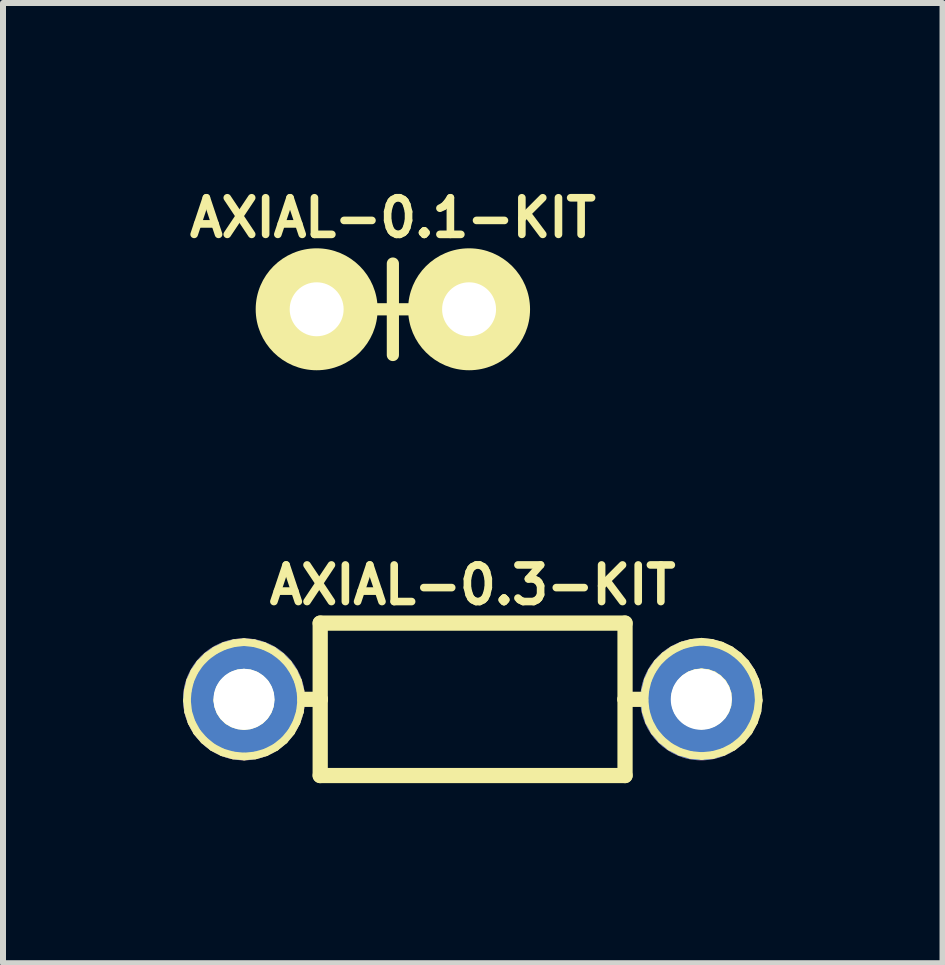
<source format=kicad_pcb>
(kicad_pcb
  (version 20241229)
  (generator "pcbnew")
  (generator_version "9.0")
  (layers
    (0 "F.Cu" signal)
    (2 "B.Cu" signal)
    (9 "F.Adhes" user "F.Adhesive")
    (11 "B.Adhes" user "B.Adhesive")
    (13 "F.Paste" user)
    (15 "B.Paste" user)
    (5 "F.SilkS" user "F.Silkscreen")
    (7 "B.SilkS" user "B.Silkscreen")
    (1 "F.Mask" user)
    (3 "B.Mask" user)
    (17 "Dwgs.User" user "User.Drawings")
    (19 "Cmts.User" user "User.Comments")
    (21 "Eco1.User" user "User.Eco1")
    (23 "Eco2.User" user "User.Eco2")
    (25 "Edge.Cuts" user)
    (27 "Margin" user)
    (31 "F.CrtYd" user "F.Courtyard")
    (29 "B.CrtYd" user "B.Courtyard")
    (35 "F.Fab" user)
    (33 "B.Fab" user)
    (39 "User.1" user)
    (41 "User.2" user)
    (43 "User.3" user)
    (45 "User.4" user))
  (footprint "AXIAL-0.3-KIT"
    (layer "F.Cu")
    (at 4.826 8.604)
    (property "Reference" "AXIAL-0.3-KIT" (at 0 -1.905 0) (layer "F.SilkS") (effects (font (size 0.61 0.61) (thickness 0.127))))
    (attr exclude_from_pos_files exclude_from_bom)
    (fp_line (start -4.76 0.02) (end -4.747 -0.142) (stroke (width 0.127) (type solid)) (layer "F.SilkS"))
    (fp_line (start -4.747 -0.142) (end -4.707 -0.307) (stroke (width 0.127) (type solid)) (layer "F.SilkS"))
    (fp_line (start -4.74 0.206) (end -4.76 0.02) (stroke (width 0.127) (type solid)) (layer "F.SilkS"))
    (fp_line (start -4.707 -0.307) (end -4.638 -0.46) (stroke (width 0.127) (type solid)) (layer "F.SilkS"))
    (fp_line (start -4.684 0.381) (end -4.74 0.206) (stroke (width 0.127) (type solid)) (layer "F.SilkS"))
    (fp_line (start -4.638 -0.46) (end -4.544 -0.599) (stroke (width 0.127) (type solid)) (layer "F.SilkS"))
    (fp_line (start -4.595 0.544) (end -4.684 0.381) (stroke (width 0.127) (type solid)) (layer "F.SilkS"))
    (fp_line (start -4.544 -0.599) (end -4.425 -0.719) (stroke (width 0.127) (type solid)) (layer "F.SilkS"))
    (fp_line (start -4.475 0.683) (end -4.595 0.544) (stroke (width 0.127) (type solid)) (layer "F.SilkS"))
    (fp_line (start -4.425 -0.719) (end -4.29 -0.815) (stroke (width 0.127) (type solid)) (layer "F.SilkS"))
    (fp_line (start -4.331 0.8) (end -4.475 0.683) (stroke (width 0.127) (type solid)) (layer "F.SilkS"))
    (fp_line (start -4.29 -0.815) (end -4.138 -0.889) (stroke (width 0.127) (type solid)) (layer "F.SilkS"))
    (fp_line (start -4.255 0.018) (end -4.244 -0.081) (stroke (width 0.127) (type solid)) (layer "F.SilkS"))
    (fp_line (start -4.244 -0.081) (end -4.214 -0.178) (stroke (width 0.127) (type solid)) (layer "F.SilkS"))
    (fp_line (start -4.239 0.114) (end -4.255 0.018) (stroke (width 0.127) (type solid)) (layer "F.SilkS"))
    (fp_line (start -4.214 -0.178) (end -4.161 -0.264) (stroke (width 0.127) (type solid)) (layer "F.SilkS"))
    (fp_line (start -4.206 0.206) (end -4.239 0.114) (stroke (width 0.127) (type solid)) (layer "F.SilkS"))
    (fp_line (start -4.168 0.884) (end -4.331 0.8) (stroke (width 0.127) (type solid)) (layer "F.SilkS"))
    (fp_line (start -4.161 -0.264) (end -4.089 -0.34) (stroke (width 0.127) (type solid)) (layer "F.SilkS"))
    (fp_line (start -4.153 0.287) (end -4.206 0.206) (stroke (width 0.127) (type solid)) (layer "F.SilkS"))
    (fp_line (start -4.138 -0.889) (end -3.975 -0.935) (stroke (width 0.127) (type solid)) (layer "F.SilkS"))
    (fp_line (start -4.089 -0.34) (end -4.006 -0.396) (stroke (width 0.127) (type solid)) (layer "F.SilkS"))
    (fp_line (start -4.082 0.356) (end -4.153 0.287) (stroke (width 0.127) (type solid)) (layer "F.SilkS"))
    (fp_line (start -4.006 -0.396) (end -3.909 -0.432) (stroke (width 0.127) (type solid)) (layer "F.SilkS"))
    (fp_line (start -3.998 0.404) (end -4.082 0.356) (stroke (width 0.127) (type solid)) (layer "F.SilkS"))
    (fp_line (start -3.99 0.935) (end -4.168 0.884) (stroke (width 0.127) (type solid)) (layer "F.SilkS"))
    (fp_line (start -3.975 -0.935) (end -3.81 -0.953) (stroke (width 0.127) (type solid)) (layer "F.SilkS"))
    (fp_line (start -3.909 -0.432) (end -3.81 -0.445) (stroke (width 0.127) (type solid)) (layer "F.SilkS"))
    (fp_line (start -3.907 0.434) (end -3.998 0.404) (stroke (width 0.127) (type solid)) (layer "F.SilkS"))
    (fp_line (start -3.81 -0.953) (end -3.642 -0.935) (stroke (width 0.127) (type solid)) (layer "F.SilkS"))
    (fp_line (start -3.81 -0.445) (end -3.708 -0.432) (stroke (width 0.127) (type solid)) (layer "F.SilkS"))
    (fp_line (start -3.81 0.445) (end -3.907 0.434) (stroke (width 0.127) (type solid)) (layer "F.SilkS"))
    (fp_line (start -3.807 0.953) (end -3.99 0.935) (stroke (width 0.127) (type solid)) (layer "F.SilkS"))
    (fp_line (start -3.711 0.434) (end -3.81 0.445) (stroke (width 0.127) (type solid)) (layer "F.SilkS"))
    (fp_line (start -3.708 -0.432) (end -3.614 -0.399) (stroke (width 0.127) (type solid)) (layer "F.SilkS"))
    (fp_line (start -3.642 -0.935) (end -3.48 -0.889) (stroke (width 0.127) (type solid)) (layer "F.SilkS"))
    (fp_line (start -3.622 0.935) (end -3.807 0.953) (stroke (width 0.127) (type solid)) (layer "F.SilkS"))
    (fp_line (start -3.619 0.401) (end -3.711 0.434) (stroke (width 0.127) (type solid)) (layer "F.SilkS"))
    (fp_line (start -3.614 -0.399) (end -3.531 -0.343) (stroke (width 0.127) (type solid)) (layer "F.SilkS"))
    (fp_line (start -3.536 0.351) (end -3.619 0.401) (stroke (width 0.127) (type solid)) (layer "F.SilkS"))
    (fp_line (start -3.531 -0.343) (end -3.459 -0.272) (stroke (width 0.127) (type solid)) (layer "F.SilkS"))
    (fp_line (start -3.48 -0.889) (end -3.327 -0.815) (stroke (width 0.127) (type solid)) (layer "F.SilkS"))
    (fp_line (start -3.465 0.282) (end -3.536 0.351) (stroke (width 0.127) (type solid)) (layer "F.SilkS"))
    (fp_line (start -3.459 -0.272) (end -3.409 -0.185) (stroke (width 0.127) (type solid)) (layer "F.SilkS"))
    (fp_line (start -3.447 0.884) (end -3.622 0.935) (stroke (width 0.127) (type solid)) (layer "F.SilkS"))
    (fp_line (start -3.411 0.198) (end -3.465 0.282) (stroke (width 0.127) (type solid)) (layer "F.SilkS"))
    (fp_line (start -3.409 -0.185) (end -3.376 -0.089) (stroke (width 0.127) (type solid)) (layer "F.SilkS"))
    (fp_line (start -3.378 0.107) (end -3.411 0.198) (stroke (width 0.127) (type solid)) (layer "F.SilkS"))
    (fp_line (start -3.376 -0.089) (end -3.368 0.008) (stroke (width 0.127) (type solid)) (layer "F.SilkS"))
    (fp_line (start -3.368 0.008) (end -3.378 0.107) (stroke (width 0.127) (type solid)) (layer "F.SilkS"))
    (fp_line (start -3.327 -0.815) (end -3.193 -0.716) (stroke (width 0.127) (type solid)) (layer "F.SilkS"))
    (fp_line (start -3.284 0.8) (end -3.447 0.884) (stroke (width 0.127) (type solid)) (layer "F.SilkS"))
    (fp_line (start -3.193 -0.716) (end -3.076 -0.597) (stroke (width 0.127) (type solid)) (layer "F.SilkS"))
    (fp_line (start -3.139 0.683) (end -3.284 0.8) (stroke (width 0.127) (type solid)) (layer "F.SilkS"))
    (fp_line (start -3.076 -0.597) (end -2.982 -0.457) (stroke (width 0.127) (type solid)) (layer "F.SilkS"))
    (fp_line (start -3.023 0.544) (end -3.139 0.683) (stroke (width 0.127) (type solid)) (layer "F.SilkS"))
    (fp_line (start -2.982 -0.457) (end -2.911 -0.305) (stroke (width 0.127) (type solid)) (layer "F.SilkS"))
    (fp_line (start -2.934 0.381) (end -3.023 0.544) (stroke (width 0.127) (type solid)) (layer "F.SilkS"))
    (fp_line (start -2.911 -0.305) (end -2.87 -0.14) (stroke (width 0.127) (type solid)) (layer "F.SilkS"))
    (fp_line (start -2.878 0.206) (end -2.934 0.381) (stroke (width 0.127) (type solid)) (layer "F.SilkS"))
    (fp_line (start -2.87 -0.14) (end -2.857 0.025) (stroke (width 0.127) (type solid)) (layer "F.SilkS"))
    (fp_line (start -2.857 0.025) (end -2.878 0.206) (stroke (width 0.127) (type solid)) (layer "F.SilkS"))
    (fp_line (start -2.54 -1.27) (end 2.54 -1.27) (stroke (width 0.254) (type solid)) (layer "F.SilkS"))
    (fp_line (start -2.54 0) (end -2.794 0) (stroke (width 0.254) (type solid)) (layer "F.SilkS"))
    (fp_line (start -2.54 0) (end -2.54 -1.27) (stroke (width 0.254) (type solid)) (layer "F.SilkS"))
    (fp_line (start -2.54 1.27) (end -2.54 0) (stroke (width 0.254) (type solid)) (layer "F.SilkS"))
    (fp_line (start 2.54 -1.27) (end 2.54 0) (stroke (width 0.254) (type solid)) (layer "F.SilkS"))
    (fp_line (start 2.54 0) (end 2.54 1.27) (stroke (width 0.254) (type solid)) (layer "F.SilkS"))
    (fp_line (start 2.54 0) (end 2.794 0) (stroke (width 0.254) (type solid)) (layer "F.SilkS"))
    (fp_line (start 2.54 1.27) (end -2.54 1.27) (stroke (width 0.254) (type solid)) (layer "F.SilkS"))
    (fp_line (start 2.865 0.013) (end 2.878 -0.15) (stroke (width 0.127) (type solid)) (layer "F.SilkS"))
    (fp_line (start 2.878 -0.15) (end 2.918 -0.315) (stroke (width 0.127) (type solid)) (layer "F.SilkS"))
    (fp_line (start 2.885 0.198) (end 2.865 0.013) (stroke (width 0.127) (type solid)) (layer "F.SilkS"))
    (fp_line (start 2.918 -0.315) (end 2.987 -0.467) (stroke (width 0.127) (type solid)) (layer "F.SilkS"))
    (fp_line (start 2.941 0.373) (end 2.885 0.198) (stroke (width 0.127) (type solid)) (layer "F.SilkS"))
    (fp_line (start 2.987 -0.467) (end 3.081 -0.607) (stroke (width 0.127) (type solid)) (layer "F.SilkS"))
    (fp_line (start 3.03 0.536) (end 2.941 0.373) (stroke (width 0.127) (type solid)) (layer "F.SilkS"))
    (fp_line (start 3.081 -0.607) (end 3.2 -0.726) (stroke (width 0.127) (type solid)) (layer "F.SilkS"))
    (fp_line (start 3.15 0.676) (end 3.03 0.536) (stroke (width 0.127) (type solid)) (layer "F.SilkS"))
    (fp_line (start 3.2 -0.726) (end 3.335 -0.823) (stroke (width 0.127) (type solid)) (layer "F.SilkS"))
    (fp_line (start 3.294 0.792) (end 3.15 0.676) (stroke (width 0.127) (type solid)) (layer "F.SilkS"))
    (fp_line (start 3.335 -0.823) (end 3.487 -0.897) (stroke (width 0.127) (type solid)) (layer "F.SilkS"))
    (fp_line (start 3.371 0.013) (end 3.381 -0.089) (stroke (width 0.127) (type solid)) (layer "F.SilkS"))
    (fp_line (start 3.381 -0.089) (end 3.411 -0.185) (stroke (width 0.127) (type solid)) (layer "F.SilkS"))
    (fp_line (start 3.386 0.107) (end 3.371 0.013) (stroke (width 0.127) (type solid)) (layer "F.SilkS"))
    (fp_line (start 3.411 -0.185) (end 3.465 -0.272) (stroke (width 0.127) (type solid)) (layer "F.SilkS"))
    (fp_line (start 3.419 0.198) (end 3.386 0.107) (stroke (width 0.127) (type solid)) (layer "F.SilkS"))
    (fp_line (start 3.457 0.876) (end 3.294 0.792) (stroke (width 0.127) (type solid)) (layer "F.SilkS"))
    (fp_line (start 3.465 -0.272) (end 3.536 -0.348) (stroke (width 0.127) (type solid)) (layer "F.SilkS"))
    (fp_line (start 3.472 0.279) (end 3.419 0.198) (stroke (width 0.127) (type solid)) (layer "F.SilkS"))
    (fp_line (start 3.487 -0.897) (end 3.65 -0.942) (stroke (width 0.127) (type solid)) (layer "F.SilkS"))
    (fp_line (start 3.536 -0.348) (end 3.619 -0.404) (stroke (width 0.127) (type solid)) (layer "F.SilkS"))
    (fp_line (start 3.543 0.348) (end 3.472 0.279) (stroke (width 0.127) (type solid)) (layer "F.SilkS"))
    (fp_line (start 3.619 -0.404) (end 3.716 -0.439) (stroke (width 0.127) (type solid)) (layer "F.SilkS"))
    (fp_line (start 3.627 0.396) (end 3.543 0.348) (stroke (width 0.127) (type solid)) (layer "F.SilkS"))
    (fp_line (start 3.635 0.927) (end 3.457 0.876) (stroke (width 0.127) (type solid)) (layer "F.SilkS"))
    (fp_line (start 3.65 -0.942) (end 3.815 -0.96) (stroke (width 0.127) (type solid)) (layer "F.SilkS"))
    (fp_line (start 3.716 -0.439) (end 3.815 -0.452) (stroke (width 0.127) (type solid)) (layer "F.SilkS"))
    (fp_line (start 3.719 0.427) (end 3.627 0.396) (stroke (width 0.127) (type solid)) (layer "F.SilkS"))
    (fp_line (start 3.815 -0.96) (end 3.983 -0.942) (stroke (width 0.127) (type solid)) (layer "F.SilkS"))
    (fp_line (start 3.815 -0.452) (end 3.917 -0.439) (stroke (width 0.127) (type solid)) (layer "F.SilkS"))
    (fp_line (start 3.815 0.437) (end 3.719 0.427) (stroke (width 0.127) (type solid)) (layer "F.SilkS"))
    (fp_line (start 3.818 0.945) (end 3.635 0.927) (stroke (width 0.127) (type solid)) (layer "F.SilkS"))
    (fp_line (start 3.914 0.427) (end 3.815 0.437) (stroke (width 0.127) (type solid)) (layer "F.SilkS"))
    (fp_line (start 3.917 -0.439) (end 4.011 -0.406) (stroke (width 0.127) (type solid)) (layer "F.SilkS"))
    (fp_line (start 3.983 -0.942) (end 4.145 -0.897) (stroke (width 0.127) (type solid)) (layer "F.SilkS"))
    (fp_line (start 4.003 0.927) (end 3.818 0.945) (stroke (width 0.127) (type solid)) (layer "F.SilkS"))
    (fp_line (start 4.006 0.394) (end 3.914 0.427) (stroke (width 0.127) (type solid)) (layer "F.SilkS"))
    (fp_line (start 4.011 -0.406) (end 4.094 -0.351) (stroke (width 0.127) (type solid)) (layer "F.SilkS"))
    (fp_line (start 4.089 0.343) (end 4.006 0.394) (stroke (width 0.127) (type solid)) (layer "F.SilkS"))
    (fp_line (start 4.094 -0.351) (end 4.166 -0.279) (stroke (width 0.127) (type solid)) (layer "F.SilkS"))
    (fp_line (start 4.145 -0.897) (end 4.298 -0.823) (stroke (width 0.127) (type solid)) (layer "F.SilkS"))
    (fp_line (start 4.161 0.274) (end 4.089 0.343) (stroke (width 0.127) (type solid)) (layer "F.SilkS"))
    (fp_line (start 4.166 -0.279) (end 4.216 -0.193) (stroke (width 0.127) (type solid)) (layer "F.SilkS"))
    (fp_line (start 4.178 0.876) (end 4.003 0.927) (stroke (width 0.127) (type solid)) (layer "F.SilkS"))
    (fp_line (start 4.214 0.191) (end 4.161 0.274) (stroke (width 0.127) (type solid)) (layer "F.SilkS"))
    (fp_line (start 4.216 -0.193) (end 4.249 -0.097) (stroke (width 0.127) (type solid)) (layer "F.SilkS"))
    (fp_line (start 4.247 0.099) (end 4.214 0.191) (stroke (width 0.127) (type solid)) (layer "F.SilkS"))
    (fp_line (start 4.249 -0.097) (end 4.257 0) (stroke (width 0.127) (type solid)) (layer "F.SilkS"))
    (fp_line (start 4.257 0) (end 4.247 0.099) (stroke (width 0.127) (type solid)) (layer "F.SilkS"))
    (fp_line (start 4.298 -0.823) (end 4.432 -0.724) (stroke (width 0.127) (type solid)) (layer "F.SilkS"))
    (fp_line (start 4.341 0.792) (end 4.178 0.876) (stroke (width 0.127) (type solid)) (layer "F.SilkS"))
    (fp_line (start 4.432 -0.724) (end 4.549 -0.605) (stroke (width 0.127) (type solid)) (layer "F.SilkS"))
    (fp_line (start 4.486 0.676) (end 4.341 0.792) (stroke (width 0.127) (type solid)) (layer "F.SilkS"))
    (fp_line (start 4.549 -0.605) (end 4.643 -0.465) (stroke (width 0.127) (type solid)) (layer "F.SilkS"))
    (fp_line (start 4.602 0.536) (end 4.486 0.676) (stroke (width 0.127) (type solid)) (layer "F.SilkS"))
    (fp_line (start 4.643 -0.465) (end 4.714 -0.312) (stroke (width 0.127) (type solid)) (layer "F.SilkS"))
    (fp_line (start 4.691 0.373) (end 4.602 0.536) (stroke (width 0.127) (type solid)) (layer "F.SilkS"))
    (fp_line (start 4.714 -0.312) (end 4.755 -0.147) (stroke (width 0.127) (type solid)) (layer "F.SilkS"))
    (fp_line (start 4.747 0.198) (end 4.691 0.373) (stroke (width 0.127) (type solid)) (layer "F.SilkS"))
    (fp_line (start 4.755 -0.147) (end 4.768 0.018) (stroke (width 0.127) (type solid)) (layer "F.SilkS"))
    (fp_line (start 4.768 0.018) (end 4.747 0.198) (stroke (width 0.127) (type solid)) (layer "F.SilkS"))
    (pad "P$1" thru_hole circle (at -3.81 0) (size 2.032 2.032) (drill 1.016) (layers "*.Cu" "*.Paste" "*.Mask"))
    (pad "P$2" thru_hole circle (at 3.81 0) (size 2.032 2.032) (drill 1.016) (layers "*.Cu" "*.Paste" "*.Mask")))
  (footprint "AXIAL-0.1-KIT"
    (layer "F.Cu")
    (at 3.497 2.104)
    (property "Reference" "AXIAL-0.1-KIT" (at 0 -1.524 0) (layer "F.SilkS") (effects (font (size 0.61 0.61) (thickness 0.127))))
    (attr exclude_from_pos_files exclude_from_bom)
    (fp_line (start 0 0) (end -0.254 0) (stroke (width 0.203) (type solid)) (layer "F.SilkS"))
    (fp_line (start 0 0) (end 0 -0.762) (stroke (width 0.203) (type solid)) (layer "F.SilkS"))
    (fp_line (start 0 0.762) (end 0 0) (stroke (width 0.203) (type solid)) (layer "F.SilkS"))
    (fp_line (start 0.254 0) (end 0 0) (stroke (width 0.203) (type solid)) (layer "F.SilkS"))
    (fp_circle (center -1.27 0) (end -1.27 -1.016) (stroke (width 0) (type solid)) (fill yes) (layer "F.SilkS"))
    (fp_circle (center -1.27 0) (end -1.27 -0.457) (stroke (width 0) (type solid)) (fill yes) (layer "F.SilkS"))
    (fp_circle (center -1.27 0) (end -1.27 -0.457) (stroke (width 0) (type solid)) (fill yes) (layer "F.SilkS"))
    (fp_circle (center 1.27 0) (end 1.27 -1.016) (stroke (width 0) (type solid)) (fill yes) (layer "F.SilkS"))
    (fp_circle (center 1.27 0) (end 1.27 -0.457) (stroke (width 0) (type solid)) (fill yes) (layer "F.SilkS"))
    (pad "P$1" thru_hole circle (at -1.27 0) (size 1.88 1.88) (drill 0.899) (layers "*.Cu" "*.Paste" "*.Mask"))
    (pad "P$2" thru_hole circle (at 1.27 0) (size 1.88 1.88) (drill 0.899) (layers "*.Cu" "*.Paste" "*.Mask")))
  (gr_rect
    (start -3 -3)
    (end 12.657 13.001)
    (stroke (width 0.1) (type default))
    (fill no)
    (layer "Edge.Cuts")))
</source>
